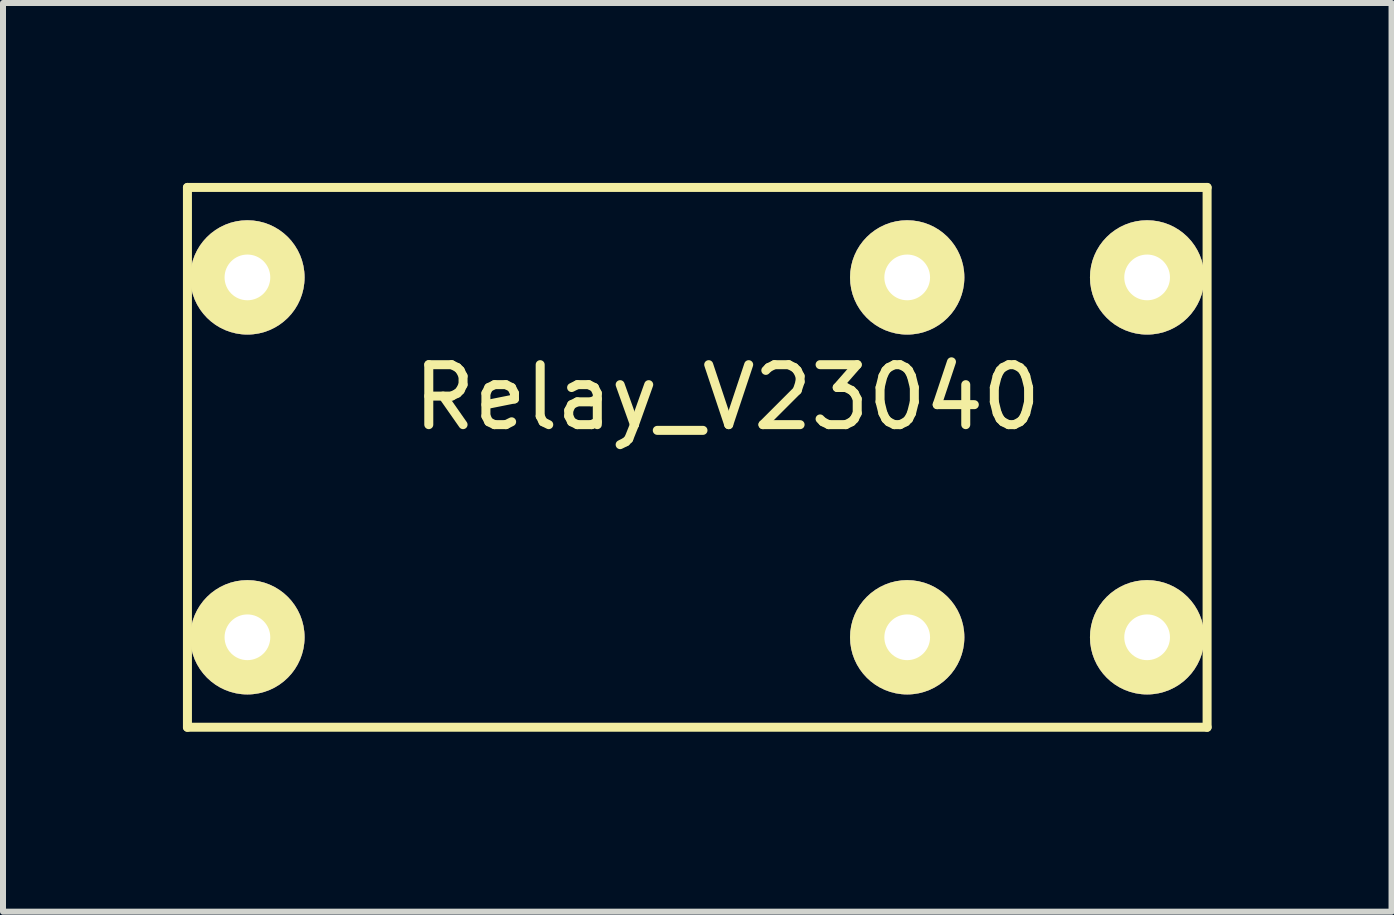
<source format=kicad_pcb>
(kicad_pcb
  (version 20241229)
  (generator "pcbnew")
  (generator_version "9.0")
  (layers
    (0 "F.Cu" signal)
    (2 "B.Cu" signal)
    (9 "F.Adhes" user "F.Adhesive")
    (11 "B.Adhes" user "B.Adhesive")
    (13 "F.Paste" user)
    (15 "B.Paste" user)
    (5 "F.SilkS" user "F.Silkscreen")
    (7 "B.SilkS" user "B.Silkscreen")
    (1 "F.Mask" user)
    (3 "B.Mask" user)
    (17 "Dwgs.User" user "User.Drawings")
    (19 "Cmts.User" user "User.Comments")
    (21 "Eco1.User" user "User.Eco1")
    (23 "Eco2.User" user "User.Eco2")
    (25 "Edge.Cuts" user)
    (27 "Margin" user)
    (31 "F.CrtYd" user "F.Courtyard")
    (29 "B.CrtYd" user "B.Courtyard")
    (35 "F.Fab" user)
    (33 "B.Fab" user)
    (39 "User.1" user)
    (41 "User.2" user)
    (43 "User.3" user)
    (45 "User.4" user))
  (footprint "Relay_V23040"
    (layer "F.Cu")
    (at 12.075 4.575)
    (property "Reference" "Relay_V23040" (at -3 -1 0) (layer "F.SilkS") (effects (font (size 1 1) (thickness 0.15))))
    (attr through_hole)
    (fp_line (start -12 -4.5) (end -12 4.5) (stroke (width 0.15) (type solid)) (layer "F.SilkS"))
    (fp_line (start -12 4.5) (end 5 4.5) (stroke (width 0.15) (type solid)) (layer "F.SilkS"))
    (fp_line (start 5 -4.5) (end -12 -4.5) (stroke (width 0.15) (type solid)) (layer "F.SilkS"))
    (fp_line (start 5 4.5) (end 5 -4.5) (stroke (width 0.15) (type solid)) (layer "F.SilkS"))
    (pad "1" thru_hole circle (at 0 3) (size 1.906 1.906) (drill 0.762) (layers "*.Cu" "*.Mask" "F.SilkS"))
    (pad "2" thru_hole circle (at 0 -3) (size 1.906 1.906) (drill 0.762) (layers "*.Cu" "*.Mask" "F.SilkS"))
    (pad "3" thru_hole circle (at -11 -3) (size 1.906 1.906) (drill 0.762) (layers "*.Cu" "*.Mask" "F.SilkS"))
    (pad "4" thru_hole circle (at 4 3) (size 1.906 1.906) (drill 0.762) (layers "*.Cu" "*.Mask" "F.SilkS"))
    (pad "5" thru_hole circle (at -11 3) (size 1.906 1.906) (drill 0.762) (layers "*.Cu" "*.Mask" "F.SilkS"))
    (pad "6" thru_hole circle (at 4 -3) (size 1.906 1.906) (drill 0.762) (layers "*.Cu" "*.Mask" "F.SilkS")))
  (gr_rect
    (start -3 -3)
    (end 20.15 12.15)
    (stroke (width 0.1) (type default))
    (fill no)
    (layer "Edge.Cuts")))
</source>
